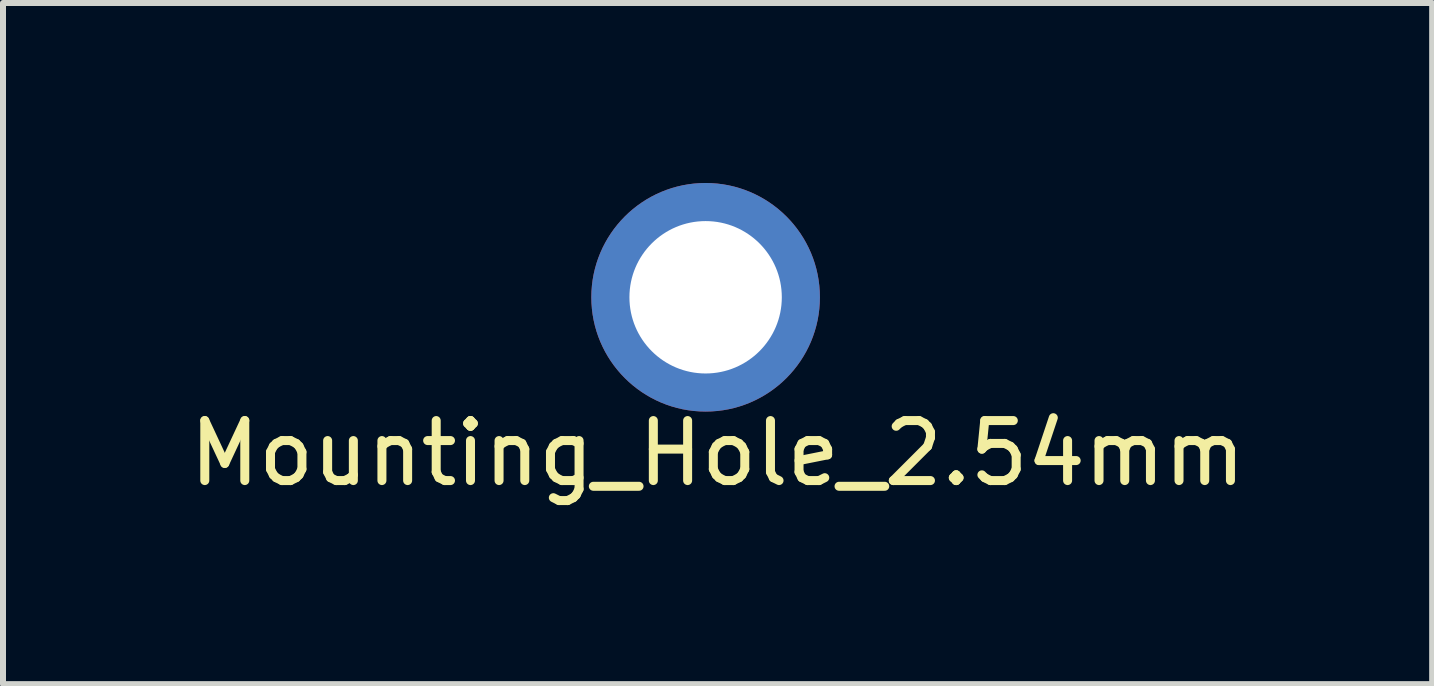
<source format=kicad_pcb>
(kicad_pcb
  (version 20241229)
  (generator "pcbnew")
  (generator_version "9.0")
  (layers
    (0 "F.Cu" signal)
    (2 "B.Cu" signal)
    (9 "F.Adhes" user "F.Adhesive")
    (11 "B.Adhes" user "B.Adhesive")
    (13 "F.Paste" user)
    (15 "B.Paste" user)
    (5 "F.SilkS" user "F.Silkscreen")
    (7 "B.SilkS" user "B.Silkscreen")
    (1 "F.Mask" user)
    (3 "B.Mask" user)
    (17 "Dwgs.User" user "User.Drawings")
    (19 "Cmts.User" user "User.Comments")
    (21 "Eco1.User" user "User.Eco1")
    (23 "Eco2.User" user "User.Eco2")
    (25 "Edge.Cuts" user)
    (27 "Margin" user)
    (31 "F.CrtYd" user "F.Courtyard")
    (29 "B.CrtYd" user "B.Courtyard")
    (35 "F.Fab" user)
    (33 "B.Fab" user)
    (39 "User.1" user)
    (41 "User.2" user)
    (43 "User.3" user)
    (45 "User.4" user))
  (footprint "Mounting_Hole_2.54mm"
    (layer "F.Cu")
    (at 8.711 1.905)
    (property "Reference" "Mounting_Hole_2.54mm" (at 0.2 2.6 0) (layer "F.SilkS") (effects (font (size 1 1) (thickness 0.15))))
    (attr through_hole)
    (pad "1" thru_hole circle (at 0 0) (size 3.81 3.81) (drill 2.54) (layers "*.Cu" "*.Mask")))
  (gr_rect
    (start -3 -3)
    (end 20.821 8.353)
    (stroke (width 0.1) (type default))
    (fill no)
    (layer "Edge.Cuts")))
</source>
